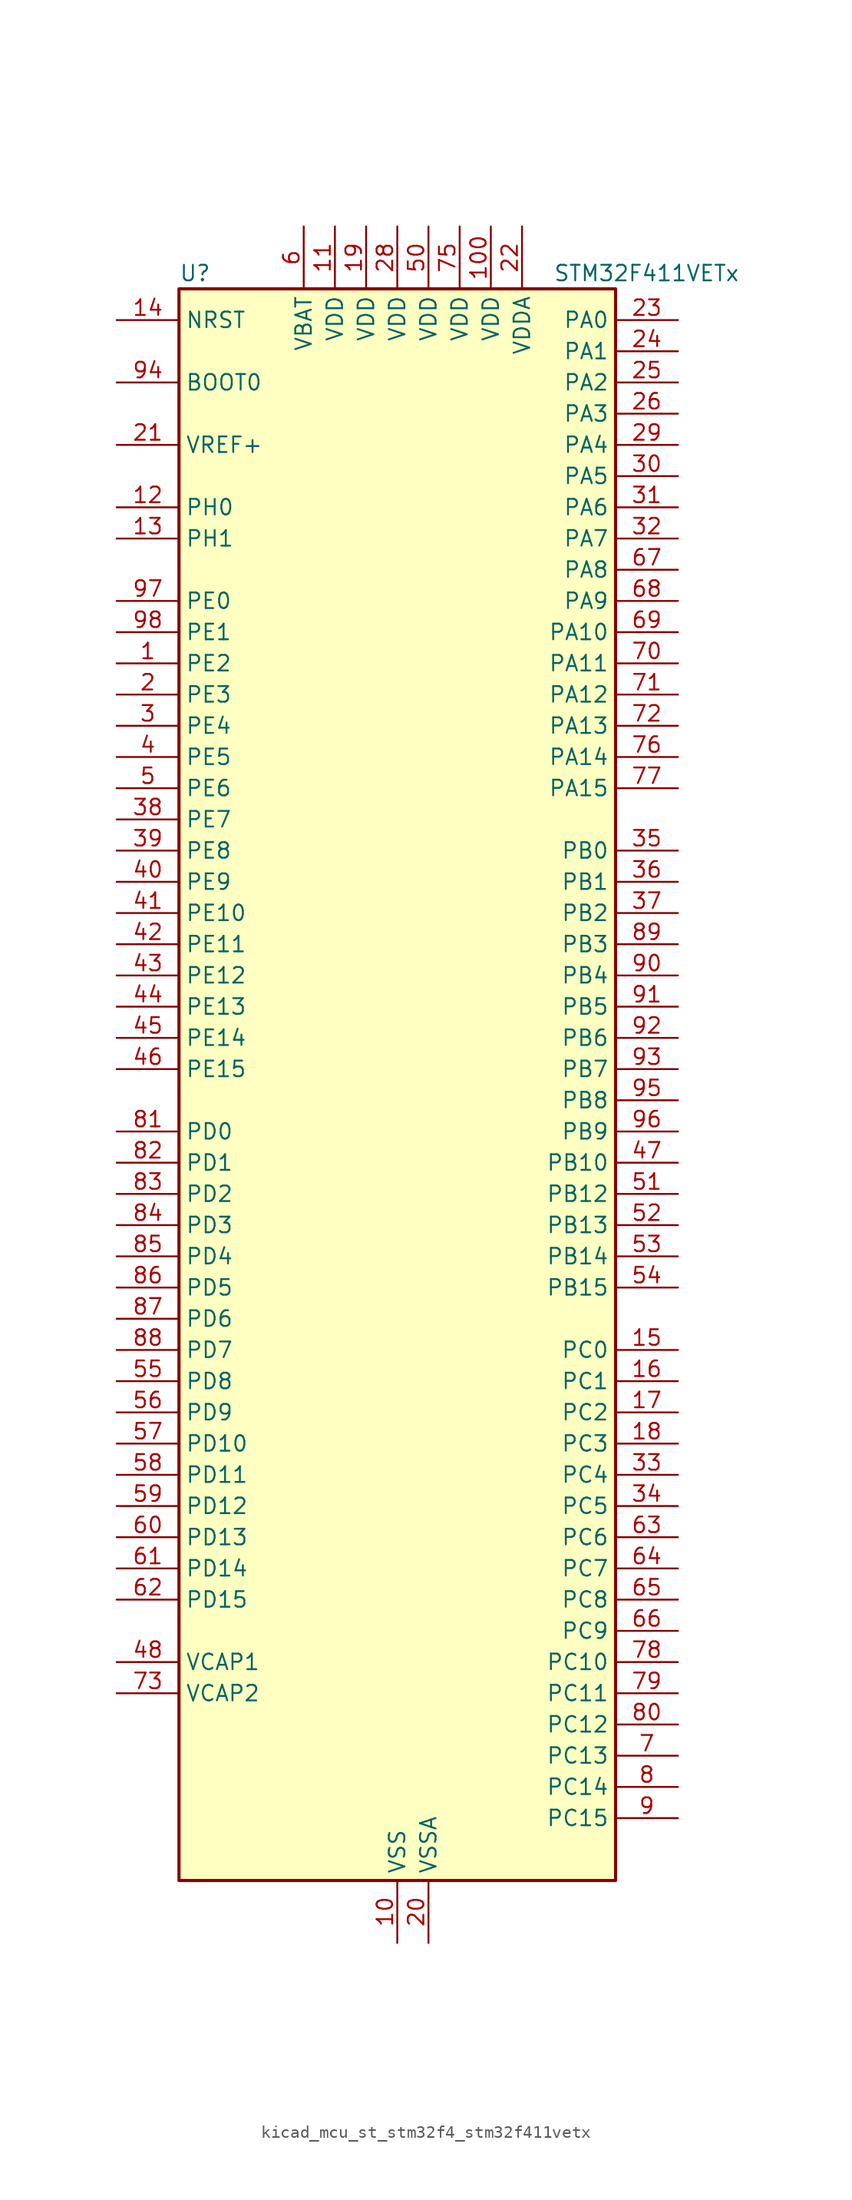
<source format=kicad_sym>
(kicad_symbol_lib
  (version 20220914)
  (generator kicad_symbol_editor)
  (symbol "kicad_mcu_st_stm32f4_stm32f411vetx"
    (property "Reference" "U"
      (at -17.78 67.31 0)
      (effects (font (size 1.27 1.27)) (justify left)))
    (property "Value" "STM32F411VETx"
      (at 12.7 67.31 0)
      (effects (font (size 1.27 1.27)) (justify left)))
    (property "ki_locked" ""
      (at 0 0 0)
      (effects (font (size 1.27 1.27))))
    (symbol "kicad_mcu_st_stm32f4_stm32f411vetx_0_1"
      (rectangle (start -17.78 -63.5) (end 17.78 66.04) (stroke (width 0.254) (type default)) (fill (type background))))
    (symbol "kicad_mcu_st_stm32f4_stm32f411vetx_1_1"
      (pin bidirectional line (at -22.86 35.56 0) (length 5.08) (name "PE2" (effects (font (size 1.27 1.27)))) (number "1" (effects (font (size 1.27 1.27)))) (alternate "I2S4_CK" bidirectional line) (alternate "I2S5_CK" bidirectional line) (alternate "SPI4_SCK" bidirectional line) (alternate "SPI5_SCK" bidirectional line) (alternate "SYS_TRACECLK" bidirectional line))
      (pin power_in line (at 0 -68.58 90) (length 5.08) (name "VSS" (effects (font (size 1.27 1.27)))) (number "10" (effects (font (size 1.27 1.27)))))
      (pin power_in line (at 7.62 71.12 270) (length 5.08) (name "VDD" (effects (font (size 1.27 1.27)))) (number "100" (effects (font (size 1.27 1.27)))))
      (pin power_in line (at -5.08 71.12 270) (length 5.08) (name "VDD" (effects (font (size 1.27 1.27)))) (number "11" (effects (font (size 1.27 1.27)))))
      (pin bidirectional line (at -22.86 48.26 0) (length 5.08) (name "PH0" (effects (font (size 1.27 1.27)))) (number "12" (effects (font (size 1.27 1.27)))) (alternate "RCC_OSC_IN" bidirectional line))
      (pin bidirectional line (at -22.86 45.72 0) (length 5.08) (name "PH1" (effects (font (size 1.27 1.27)))) (number "13" (effects (font (size 1.27 1.27)))) (alternate "RCC_OSC_OUT" bidirectional line))
      (pin input line (at -22.86 63.5 0) (length 5.08) (name "NRST" (effects (font (size 1.27 1.27)))) (number "14" (effects (font (size 1.27 1.27)))))
      (pin bidirectional line (at 22.86 -20.32 180) (length 5.08) (name "PC0" (effects (font (size 1.27 1.27)))) (number "15" (effects (font (size 1.27 1.27)))) (alternate "ADC1_IN10" bidirectional line))
      (pin bidirectional line (at 22.86 -22.86 180) (length 5.08) (name "PC1" (effects (font (size 1.27 1.27)))) (number "16" (effects (font (size 1.27 1.27)))) (alternate "ADC1_IN11" bidirectional line))
      (pin bidirectional line (at 22.86 -25.4 180) (length 5.08) (name "PC2" (effects (font (size 1.27 1.27)))) (number "17" (effects (font (size 1.27 1.27)))) (alternate "ADC1_IN12" bidirectional line) (alternate "I2S2_ext_SD" bidirectional line) (alternate "SPI2_MISO" bidirectional line))
      (pin bidirectional line (at 22.86 -27.94 180) (length 5.08) (name "PC3" (effects (font (size 1.27 1.27)))) (number "18" (effects (font (size 1.27 1.27)))) (alternate "ADC1_IN13" bidirectional line) (alternate "I2S2_SD" bidirectional line) (alternate "SPI2_MOSI" bidirectional line))
      (pin power_in line (at -2.54 71.12 270) (length 5.08) (name "VDD" (effects (font (size 1.27 1.27)))) (number "19" (effects (font (size 1.27 1.27)))))
      (pin bidirectional line (at -22.86 33.02 0) (length 5.08) (name "PE3" (effects (font (size 1.27 1.27)))) (number "2" (effects (font (size 1.27 1.27)))) (alternate "SYS_TRACED0" bidirectional line))
      (pin power_in line (at 2.54 -68.58 90) (length 5.08) (name "VSSA" (effects (font (size 1.27 1.27)))) (number "20" (effects (font (size 1.27 1.27)))))
      (pin input line (at -22.86 53.34 0) (length 5.08) (name "VREF+" (effects (font (size 1.27 1.27)))) (number "21" (effects (font (size 1.27 1.27)))))
      (pin power_in line (at 10.16 71.12 270) (length 5.08) (name "VDDA" (effects (font (size 1.27 1.27)))) (number "22" (effects (font (size 1.27 1.27)))))
      (pin bidirectional line (at 22.86 63.5 180) (length 5.08) (name "PA0" (effects (font (size 1.27 1.27)))) (number "23" (effects (font (size 1.27 1.27)))) (alternate "ADC1_IN0" bidirectional line) (alternate "SYS_WKUP" bidirectional line) (alternate "TIM2_CH1" bidirectional line) (alternate "TIM2_ETR" bidirectional line) (alternate "TIM5_CH1" bidirectional line) (alternate "USART2_CTS" bidirectional line))
      (pin bidirectional line (at 22.86 60.96 180) (length 5.08) (name "PA1" (effects (font (size 1.27 1.27)))) (number "24" (effects (font (size 1.27 1.27)))) (alternate "ADC1_IN1" bidirectional line) (alternate "I2S4_SD" bidirectional line) (alternate "SPI4_MOSI" bidirectional line) (alternate "TIM2_CH2" bidirectional line) (alternate "TIM5_CH2" bidirectional line) (alternate "USART2_RTS" bidirectional line))
      (pin bidirectional line (at 22.86 58.42 180) (length 5.08) (name "PA2" (effects (font (size 1.27 1.27)))) (number "25" (effects (font (size 1.27 1.27)))) (alternate "ADC1_IN2" bidirectional line) (alternate "I2S_CKIN" bidirectional line) (alternate "TIM2_CH3" bidirectional line) (alternate "TIM5_CH3" bidirectional line) (alternate "TIM9_CH1" bidirectional line) (alternate "USART2_TX" bidirectional line))
      (pin bidirectional line (at 22.86 55.88 180) (length 5.08) (name "PA3" (effects (font (size 1.27 1.27)))) (number "26" (effects (font (size 1.27 1.27)))) (alternate "ADC1_IN3" bidirectional line) (alternate "I2S2_MCK" bidirectional line) (alternate "TIM2_CH4" bidirectional line) (alternate "TIM5_CH4" bidirectional line) (alternate "TIM9_CH2" bidirectional line) (alternate "USART2_RX" bidirectional line))
      (pin passive line (at 0 -68.58 90) (length 5.08) hide (name "VSS" (effects (font (size 1.27 1.27)))) (number "27" (effects (font (size 1.27 1.27)))))
      (pin power_in line (at 0 71.12 270) (length 5.08) (name "VDD" (effects (font (size 1.27 1.27)))) (number "28" (effects (font (size 1.27 1.27)))))
      (pin bidirectional line (at 22.86 53.34 180) (length 5.08) (name "PA4" (effects (font (size 1.27 1.27)))) (number "29" (effects (font (size 1.27 1.27)))) (alternate "ADC1_IN4" bidirectional line) (alternate "I2S1_WS" bidirectional line) (alternate "I2S3_WS" bidirectional line) (alternate "SPI1_NSS" bidirectional line) (alternate "SPI3_NSS" bidirectional line) (alternate "USART2_CK" bidirectional line))
      (pin bidirectional line (at -22.86 30.48 0) (length 5.08) (name "PE4" (effects (font (size 1.27 1.27)))) (number "3" (effects (font (size 1.27 1.27)))) (alternate "I2S4_WS" bidirectional line) (alternate "I2S5_WS" bidirectional line) (alternate "SPI4_NSS" bidirectional line) (alternate "SPI5_NSS" bidirectional line) (alternate "SYS_TRACED1" bidirectional line))
      (pin bidirectional line (at 22.86 50.8 180) (length 5.08) (name "PA5" (effects (font (size 1.27 1.27)))) (number "30" (effects (font (size 1.27 1.27)))) (alternate "ADC1_IN5" bidirectional line) (alternate "I2S1_CK" bidirectional line) (alternate "SPI1_SCK" bidirectional line) (alternate "TIM2_CH1" bidirectional line) (alternate "TIM2_ETR" bidirectional line))
      (pin bidirectional line (at 22.86 48.26 180) (length 5.08) (name "PA6" (effects (font (size 1.27 1.27)))) (number "31" (effects (font (size 1.27 1.27)))) (alternate "ADC1_IN6" bidirectional line) (alternate "I2S2_MCK" bidirectional line) (alternate "SDIO_CMD" bidirectional line) (alternate "SPI1_MISO" bidirectional line) (alternate "TIM1_BKIN" bidirectional line) (alternate "TIM3_CH1" bidirectional line))
      (pin bidirectional line (at 22.86 45.72 180) (length 5.08) (name "PA7" (effects (font (size 1.27 1.27)))) (number "32" (effects (font (size 1.27 1.27)))) (alternate "ADC1_IN7" bidirectional line) (alternate "I2S1_SD" bidirectional line) (alternate "SPI1_MOSI" bidirectional line) (alternate "TIM1_CH1N" bidirectional line) (alternate "TIM3_CH2" bidirectional line))
      (pin bidirectional line (at 22.86 -30.48 180) (length 5.08) (name "PC4" (effects (font (size 1.27 1.27)))) (number "33" (effects (font (size 1.27 1.27)))) (alternate "ADC1_IN14" bidirectional line))
      (pin bidirectional line (at 22.86 -33.02 180) (length 5.08) (name "PC5" (effects (font (size 1.27 1.27)))) (number "34" (effects (font (size 1.27 1.27)))) (alternate "ADC1_IN15" bidirectional line))
      (pin bidirectional line (at 22.86 20.32 180) (length 5.08) (name "PB0" (effects (font (size 1.27 1.27)))) (number "35" (effects (font (size 1.27 1.27)))) (alternate "ADC1_IN8" bidirectional line) (alternate "I2S5_CK" bidirectional line) (alternate "SPI5_SCK" bidirectional line) (alternate "TIM1_CH2N" bidirectional line) (alternate "TIM3_CH3" bidirectional line))
      (pin bidirectional line (at 22.86 17.78 180) (length 5.08) (name "PB1" (effects (font (size 1.27 1.27)))) (number "36" (effects (font (size 1.27 1.27)))) (alternate "ADC1_IN9" bidirectional line) (alternate "I2S5_WS" bidirectional line) (alternate "SPI5_NSS" bidirectional line) (alternate "TIM1_CH3N" bidirectional line) (alternate "TIM3_CH4" bidirectional line))
      (pin bidirectional line (at 22.86 15.24 180) (length 5.08) (name "PB2" (effects (font (size 1.27 1.27)))) (number "37" (effects (font (size 1.27 1.27)))))
      (pin bidirectional line (at -22.86 22.86 0) (length 5.08) (name "PE7" (effects (font (size 1.27 1.27)))) (number "38" (effects (font (size 1.27 1.27)))) (alternate "TIM1_ETR" bidirectional line))
      (pin bidirectional line (at -22.86 20.32 0) (length 5.08) (name "PE8" (effects (font (size 1.27 1.27)))) (number "39" (effects (font (size 1.27 1.27)))) (alternate "TIM1_CH1N" bidirectional line))
      (pin bidirectional line (at -22.86 27.94 0) (length 5.08) (name "PE5" (effects (font (size 1.27 1.27)))) (number "4" (effects (font (size 1.27 1.27)))) (alternate "SPI4_MISO" bidirectional line) (alternate "SPI5_MISO" bidirectional line) (alternate "SYS_TRACED2" bidirectional line) (alternate "TIM9_CH1" bidirectional line))
      (pin bidirectional line (at -22.86 17.78 0) (length 5.08) (name "PE9" (effects (font (size 1.27 1.27)))) (number "40" (effects (font (size 1.27 1.27)))) (alternate "TIM1_CH1" bidirectional line))
      (pin bidirectional line (at -22.86 15.24 0) (length 5.08) (name "PE10" (effects (font (size 1.27 1.27)))) (number "41" (effects (font (size 1.27 1.27)))) (alternate "TIM1_CH2N" bidirectional line))
      (pin bidirectional line (at -22.86 12.7 0) (length 5.08) (name "PE11" (effects (font (size 1.27 1.27)))) (number "42" (effects (font (size 1.27 1.27)))) (alternate "ADC1_EXTI11" bidirectional line) (alternate "I2S4_WS" bidirectional line) (alternate "I2S5_WS" bidirectional line) (alternate "SPI4_NSS" bidirectional line) (alternate "SPI5_NSS" bidirectional line) (alternate "TIM1_CH2" bidirectional line))
      (pin bidirectional line (at -22.86 10.16 0) (length 5.08) (name "PE12" (effects (font (size 1.27 1.27)))) (number "43" (effects (font (size 1.27 1.27)))) (alternate "I2S4_CK" bidirectional line) (alternate "I2S5_CK" bidirectional line) (alternate "SPI4_SCK" bidirectional line) (alternate "SPI5_SCK" bidirectional line) (alternate "TIM1_CH3N" bidirectional line))
      (pin bidirectional line (at -22.86 7.62 0) (length 5.08) (name "PE13" (effects (font (size 1.27 1.27)))) (number "44" (effects (font (size 1.27 1.27)))) (alternate "SPI4_MISO" bidirectional line) (alternate "SPI5_MISO" bidirectional line) (alternate "TIM1_CH3" bidirectional line))
      (pin bidirectional line (at -22.86 5.08 0) (length 5.08) (name "PE14" (effects (font (size 1.27 1.27)))) (number "45" (effects (font (size 1.27 1.27)))) (alternate "I2S4_SD" bidirectional line) (alternate "I2S5_SD" bidirectional line) (alternate "SPI4_MOSI" bidirectional line) (alternate "SPI5_MOSI" bidirectional line) (alternate "TIM1_CH4" bidirectional line))
      (pin bidirectional line (at -22.86 2.54 0) (length 5.08) (name "PE15" (effects (font (size 1.27 1.27)))) (number "46" (effects (font (size 1.27 1.27)))) (alternate "ADC1_EXTI15" bidirectional line) (alternate "TIM1_BKIN" bidirectional line))
      (pin bidirectional line (at 22.86 -5.08 180) (length 5.08) (name "PB10" (effects (font (size 1.27 1.27)))) (number "47" (effects (font (size 1.27 1.27)))) (alternate "I2C2_SCL" bidirectional line) (alternate "I2S2_CK" bidirectional line) (alternate "I2S3_MCK" bidirectional line) (alternate "SDIO_D7" bidirectional line) (alternate "SPI2_SCK" bidirectional line) (alternate "TIM2_CH3" bidirectional line))
      (pin power_out line (at -22.86 -45.72 0) (length 5.08) (name "VCAP1" (effects (font (size 1.27 1.27)))) (number "48" (effects (font (size 1.27 1.27)))))
      (pin passive line (at 0 -68.58 90) (length 5.08) hide (name "VSS" (effects (font (size 1.27 1.27)))) (number "49" (effects (font (size 1.27 1.27)))))
      (pin bidirectional line (at -22.86 25.4 0) (length 5.08) (name "PE6" (effects (font (size 1.27 1.27)))) (number "5" (effects (font (size 1.27 1.27)))) (alternate "I2S4_SD" bidirectional line) (alternate "I2S5_SD" bidirectional line) (alternate "SPI4_MOSI" bidirectional line) (alternate "SPI5_MOSI" bidirectional line) (alternate "SYS_TRACED3" bidirectional line) (alternate "TIM9_CH2" bidirectional line))
      (pin power_in line (at 2.54 71.12 270) (length 5.08) (name "VDD" (effects (font (size 1.27 1.27)))) (number "50" (effects (font (size 1.27 1.27)))))
      (pin bidirectional line (at 22.86 -7.62 180) (length 5.08) (name "PB12" (effects (font (size 1.27 1.27)))) (number "51" (effects (font (size 1.27 1.27)))) (alternate "I2C2_SMBA" bidirectional line) (alternate "I2S2_WS" bidirectional line) (alternate "I2S3_CK" bidirectional line) (alternate "I2S4_WS" bidirectional line) (alternate "SPI2_NSS" bidirectional line) (alternate "SPI3_SCK" bidirectional line) (alternate "SPI4_NSS" bidirectional line) (alternate "TIM1_BKIN" bidirectional line))
      (pin bidirectional line (at 22.86 -10.16 180) (length 5.08) (name "PB13" (effects (font (size 1.27 1.27)))) (number "52" (effects (font (size 1.27 1.27)))) (alternate "I2S2_CK" bidirectional line) (alternate "I2S4_CK" bidirectional line) (alternate "SPI2_SCK" bidirectional line) (alternate "SPI4_SCK" bidirectional line) (alternate "TIM1_CH1N" bidirectional line))
      (pin bidirectional line (at 22.86 -12.7 180) (length 5.08) (name "PB14" (effects (font (size 1.27 1.27)))) (number "53" (effects (font (size 1.27 1.27)))) (alternate "I2S2_ext_SD" bidirectional line) (alternate "SDIO_D6" bidirectional line) (alternate "SPI2_MISO" bidirectional line) (alternate "TIM1_CH2N" bidirectional line))
      (pin bidirectional line (at 22.86 -15.24 180) (length 5.08) (name "PB15" (effects (font (size 1.27 1.27)))) (number "54" (effects (font (size 1.27 1.27)))) (alternate "ADC1_EXTI15" bidirectional line) (alternate "I2S2_SD" bidirectional line) (alternate "RTC_REFIN" bidirectional line) (alternate "SDIO_CK" bidirectional line) (alternate "SPI2_MOSI" bidirectional line) (alternate "TIM1_CH3N" bidirectional line))
      (pin bidirectional line (at -22.86 -22.86 0) (length 5.08) (name "PD8" (effects (font (size 1.27 1.27)))) (number "55" (effects (font (size 1.27 1.27)))))
      (pin bidirectional line (at -22.86 -25.4 0) (length 5.08) (name "PD9" (effects (font (size 1.27 1.27)))) (number "56" (effects (font (size 1.27 1.27)))))
      (pin bidirectional line (at -22.86 -27.94 0) (length 5.08) (name "PD10" (effects (font (size 1.27 1.27)))) (number "57" (effects (font (size 1.27 1.27)))))
      (pin bidirectional line (at -22.86 -30.48 0) (length 5.08) (name "PD11" (effects (font (size 1.27 1.27)))) (number "58" (effects (font (size 1.27 1.27)))) (alternate "ADC1_EXTI11" bidirectional line))
      (pin bidirectional line (at -22.86 -33.02 0) (length 5.08) (name "PD12" (effects (font (size 1.27 1.27)))) (number "59" (effects (font (size 1.27 1.27)))) (alternate "TIM4_CH1" bidirectional line))
      (pin power_in line (at -7.62 71.12 270) (length 5.08) (name "VBAT" (effects (font (size 1.27 1.27)))) (number "6" (effects (font (size 1.27 1.27)))))
      (pin bidirectional line (at -22.86 -35.56 0) (length 5.08) (name "PD13" (effects (font (size 1.27 1.27)))) (number "60" (effects (font (size 1.27 1.27)))) (alternate "TIM4_CH2" bidirectional line))
      (pin bidirectional line (at -22.86 -38.1 0) (length 5.08) (name "PD14" (effects (font (size 1.27 1.27)))) (number "61" (effects (font (size 1.27 1.27)))) (alternate "TIM4_CH3" bidirectional line))
      (pin bidirectional line (at -22.86 -40.64 0) (length 5.08) (name "PD15" (effects (font (size 1.27 1.27)))) (number "62" (effects (font (size 1.27 1.27)))) (alternate "ADC1_EXTI15" bidirectional line) (alternate "TIM4_CH4" bidirectional line))
      (pin bidirectional line (at 22.86 -35.56 180) (length 5.08) (name "PC6" (effects (font (size 1.27 1.27)))) (number "63" (effects (font (size 1.27 1.27)))) (alternate "I2S2_MCK" bidirectional line) (alternate "SDIO_D6" bidirectional line) (alternate "TIM3_CH1" bidirectional line) (alternate "USART6_TX" bidirectional line))
      (pin bidirectional line (at 22.86 -38.1 180) (length 5.08) (name "PC7" (effects (font (size 1.27 1.27)))) (number "64" (effects (font (size 1.27 1.27)))) (alternate "I2S2_CK" bidirectional line) (alternate "I2S3_MCK" bidirectional line) (alternate "SDIO_D7" bidirectional line) (alternate "SPI2_SCK" bidirectional line) (alternate "TIM3_CH2" bidirectional line) (alternate "USART6_RX" bidirectional line))
      (pin bidirectional line (at 22.86 -40.64 180) (length 5.08) (name "PC8" (effects (font (size 1.27 1.27)))) (number "65" (effects (font (size 1.27 1.27)))) (alternate "SDIO_D0" bidirectional line) (alternate "TIM3_CH3" bidirectional line) (alternate "USART6_CK" bidirectional line))
      (pin bidirectional line (at 22.86 -43.18 180) (length 5.08) (name "PC9" (effects (font (size 1.27 1.27)))) (number "66" (effects (font (size 1.27 1.27)))) (alternate "I2C3_SDA" bidirectional line) (alternate "I2S_CKIN" bidirectional line) (alternate "RCC_MCO_2" bidirectional line) (alternate "SDIO_D1" bidirectional line) (alternate "TIM3_CH4" bidirectional line))
      (pin bidirectional line (at 22.86 43.18 180) (length 5.08) (name "PA8" (effects (font (size 1.27 1.27)))) (number "67" (effects (font (size 1.27 1.27)))) (alternate "I2C3_SCL" bidirectional line) (alternate "RCC_MCO_1" bidirectional line) (alternate "SDIO_D1" bidirectional line) (alternate "TIM1_CH1" bidirectional line) (alternate "USART1_CK" bidirectional line) (alternate "USB_OTG_FS_SOF" bidirectional line))
      (pin bidirectional line (at 22.86 40.64 180) (length 5.08) (name "PA9" (effects (font (size 1.27 1.27)))) (number "68" (effects (font (size 1.27 1.27)))) (alternate "I2C3_SMBA" bidirectional line) (alternate "SDIO_D2" bidirectional line) (alternate "TIM1_CH2" bidirectional line) (alternate "USART1_TX" bidirectional line) (alternate "USB_OTG_FS_VBUS" bidirectional line))
      (pin bidirectional line (at 22.86 38.1 180) (length 5.08) (name "PA10" (effects (font (size 1.27 1.27)))) (number "69" (effects (font (size 1.27 1.27)))) (alternate "I2S5_SD" bidirectional line) (alternate "SPI5_MOSI" bidirectional line) (alternate "TIM1_CH3" bidirectional line) (alternate "USART1_RX" bidirectional line) (alternate "USB_OTG_FS_ID" bidirectional line))
      (pin bidirectional line (at 22.86 -53.34 180) (length 5.08) (name "PC13" (effects (font (size 1.27 1.27)))) (number "7" (effects (font (size 1.27 1.27)))) (alternate "RTC_AF1" bidirectional line))
      (pin bidirectional line (at 22.86 35.56 180) (length 5.08) (name "PA11" (effects (font (size 1.27 1.27)))) (number "70" (effects (font (size 1.27 1.27)))) (alternate "ADC1_EXTI11" bidirectional line) (alternate "SPI4_MISO" bidirectional line) (alternate "TIM1_CH4" bidirectional line) (alternate "USART1_CTS" bidirectional line) (alternate "USART6_TX" bidirectional line) (alternate "USB_OTG_FS_DM" bidirectional line))
      (pin bidirectional line (at 22.86 33.02 180) (length 5.08) (name "PA12" (effects (font (size 1.27 1.27)))) (number "71" (effects (font (size 1.27 1.27)))) (alternate "SPI5_MISO" bidirectional line) (alternate "TIM1_ETR" bidirectional line) (alternate "USART1_RTS" bidirectional line) (alternate "USART6_RX" bidirectional line) (alternate "USB_OTG_FS_DP" bidirectional line))
      (pin bidirectional line (at 22.86 30.48 180) (length 5.08) (name "PA13" (effects (font (size 1.27 1.27)))) (number "72" (effects (font (size 1.27 1.27)))) (alternate "SYS_JTMS-SWDIO" bidirectional line))
      (pin power_out line (at -22.86 -48.26 0) (length 5.08) (name "VCAP2" (effects (font (size 1.27 1.27)))) (number "73" (effects (font (size 1.27 1.27)))))
      (pin passive line (at 0 -68.58 90) (length 5.08) hide (name "VSS" (effects (font (size 1.27 1.27)))) (number "74" (effects (font (size 1.27 1.27)))))
      (pin power_in line (at 5.08 71.12 270) (length 5.08) (name "VDD" (effects (font (size 1.27 1.27)))) (number "75" (effects (font (size 1.27 1.27)))))
      (pin bidirectional line (at 22.86 27.94 180) (length 5.08) (name "PA14" (effects (font (size 1.27 1.27)))) (number "76" (effects (font (size 1.27 1.27)))) (alternate "SYS_JTCK-SWCLK" bidirectional line))
      (pin bidirectional line (at 22.86 25.4 180) (length 5.08) (name "PA15" (effects (font (size 1.27 1.27)))) (number "77" (effects (font (size 1.27 1.27)))) (alternate "ADC1_EXTI15" bidirectional line) (alternate "I2S1_WS" bidirectional line) (alternate "I2S3_WS" bidirectional line) (alternate "SPI1_NSS" bidirectional line) (alternate "SPI3_NSS" bidirectional line) (alternate "SYS_JTDI" bidirectional line) (alternate "TIM2_CH1" bidirectional line) (alternate "TIM2_ETR" bidirectional line) (alternate "USART1_TX" bidirectional line))
      (pin bidirectional line (at 22.86 -45.72 180) (length 5.08) (name "PC10" (effects (font (size 1.27 1.27)))) (number "78" (effects (font (size 1.27 1.27)))) (alternate "I2S3_CK" bidirectional line) (alternate "SDIO_D2" bidirectional line) (alternate "SPI3_SCK" bidirectional line))
      (pin bidirectional line (at 22.86 -48.26 180) (length 5.08) (name "PC11" (effects (font (size 1.27 1.27)))) (number "79" (effects (font (size 1.27 1.27)))) (alternate "ADC1_EXTI11" bidirectional line) (alternate "I2S3_ext_SD" bidirectional line) (alternate "SDIO_D3" bidirectional line) (alternate "SPI3_MISO" bidirectional line))
      (pin bidirectional line (at 22.86 -55.88 180) (length 5.08) (name "PC14" (effects (font (size 1.27 1.27)))) (number "8" (effects (font (size 1.27 1.27)))) (alternate "RCC_OSC32_IN" bidirectional line))
      (pin bidirectional line (at 22.86 -50.8 180) (length 5.08) (name "PC12" (effects (font (size 1.27 1.27)))) (number "80" (effects (font (size 1.27 1.27)))) (alternate "I2S3_SD" bidirectional line) (alternate "SDIO_CK" bidirectional line) (alternate "SPI3_MOSI" bidirectional line))
      (pin bidirectional line (at -22.86 -2.54 0) (length 5.08) (name "PD0" (effects (font (size 1.27 1.27)))) (number "81" (effects (font (size 1.27 1.27)))))
      (pin bidirectional line (at -22.86 -5.08 0) (length 5.08) (name "PD1" (effects (font (size 1.27 1.27)))) (number "82" (effects (font (size 1.27 1.27)))))
      (pin bidirectional line (at -22.86 -7.62 0) (length 5.08) (name "PD2" (effects (font (size 1.27 1.27)))) (number "83" (effects (font (size 1.27 1.27)))) (alternate "SDIO_CMD" bidirectional line) (alternate "TIM3_ETR" bidirectional line))
      (pin bidirectional line (at -22.86 -10.16 0) (length 5.08) (name "PD3" (effects (font (size 1.27 1.27)))) (number "84" (effects (font (size 1.27 1.27)))) (alternate "I2S2_CK" bidirectional line) (alternate "SPI2_SCK" bidirectional line) (alternate "USART2_CTS" bidirectional line))
      (pin bidirectional line (at -22.86 -12.7 0) (length 5.08) (name "PD4" (effects (font (size 1.27 1.27)))) (number "85" (effects (font (size 1.27 1.27)))) (alternate "USART2_RTS" bidirectional line))
      (pin bidirectional line (at -22.86 -15.24 0) (length 5.08) (name "PD5" (effects (font (size 1.27 1.27)))) (number "86" (effects (font (size 1.27 1.27)))) (alternate "USART2_TX" bidirectional line))
      (pin bidirectional line (at -22.86 -17.78 0) (length 5.08) (name "PD6" (effects (font (size 1.27 1.27)))) (number "87" (effects (font (size 1.27 1.27)))) (alternate "I2S3_SD" bidirectional line) (alternate "SPI3_MOSI" bidirectional line) (alternate "USART2_RX" bidirectional line))
      (pin bidirectional line (at -22.86 -20.32 0) (length 5.08) (name "PD7" (effects (font (size 1.27 1.27)))) (number "88" (effects (font (size 1.27 1.27)))) (alternate "USART2_CK" bidirectional line))
      (pin bidirectional line (at 22.86 12.7 180) (length 5.08) (name "PB3" (effects (font (size 1.27 1.27)))) (number "89" (effects (font (size 1.27 1.27)))) (alternate "I2C2_SDA" bidirectional line) (alternate "I2S1_CK" bidirectional line) (alternate "I2S3_CK" bidirectional line) (alternate "SPI1_SCK" bidirectional line) (alternate "SPI3_SCK" bidirectional line) (alternate "SYS_JTDO-SWO" bidirectional line) (alternate "TIM2_CH2" bidirectional line) (alternate "USART1_RX" bidirectional line))
      (pin bidirectional line (at 22.86 -58.42 180) (length 5.08) (name "PC15" (effects (font (size 1.27 1.27)))) (number "9" (effects (font (size 1.27 1.27)))) (alternate "ADC1_EXTI15" bidirectional line) (alternate "RCC_OSC32_OUT" bidirectional line))
      (pin bidirectional line (at 22.86 10.16 180) (length 5.08) (name "PB4" (effects (font (size 1.27 1.27)))) (number "90" (effects (font (size 1.27 1.27)))) (alternate "I2C3_SDA" bidirectional line) (alternate "I2S3_ext_SD" bidirectional line) (alternate "SDIO_D0" bidirectional line) (alternate "SPI1_MISO" bidirectional line) (alternate "SPI3_MISO" bidirectional line) (alternate "SYS_JTRST" bidirectional line) (alternate "TIM3_CH1" bidirectional line))
      (pin bidirectional line (at 22.86 7.62 180) (length 5.08) (name "PB5" (effects (font (size 1.27 1.27)))) (number "91" (effects (font (size 1.27 1.27)))) (alternate "I2C1_SMBA" bidirectional line) (alternate "I2S1_SD" bidirectional line) (alternate "I2S3_SD" bidirectional line) (alternate "SDIO_D3" bidirectional line) (alternate "SPI1_MOSI" bidirectional line) (alternate "SPI3_MOSI" bidirectional line) (alternate "TIM3_CH2" bidirectional line))
      (pin bidirectional line (at 22.86 5.08 180) (length 5.08) (name "PB6" (effects (font (size 1.27 1.27)))) (number "92" (effects (font (size 1.27 1.27)))) (alternate "I2C1_SCL" bidirectional line) (alternate "TIM4_CH1" bidirectional line) (alternate "USART1_TX" bidirectional line))
      (pin bidirectional line (at 22.86 2.54 180) (length 5.08) (name "PB7" (effects (font (size 1.27 1.27)))) (number "93" (effects (font (size 1.27 1.27)))) (alternate "I2C1_SDA" bidirectional line) (alternate "SDIO_D0" bidirectional line) (alternate "TIM4_CH2" bidirectional line) (alternate "USART1_RX" bidirectional line))
      (pin input line (at -22.86 58.42 0) (length 5.08) (name "BOOT0" (effects (font (size 1.27 1.27)))) (number "94" (effects (font (size 1.27 1.27)))))
      (pin bidirectional line (at 22.86 0 180) (length 5.08) (name "PB8" (effects (font (size 1.27 1.27)))) (number "95" (effects (font (size 1.27 1.27)))) (alternate "I2C1_SCL" bidirectional line) (alternate "I2C3_SDA" bidirectional line) (alternate "I2S5_SD" bidirectional line) (alternate "SDIO_D4" bidirectional line) (alternate "SPI5_MOSI" bidirectional line) (alternate "TIM10_CH1" bidirectional line) (alternate "TIM4_CH3" bidirectional line))
      (pin bidirectional line (at 22.86 -2.54 180) (length 5.08) (name "PB9" (effects (font (size 1.27 1.27)))) (number "96" (effects (font (size 1.27 1.27)))) (alternate "I2C1_SDA" bidirectional line) (alternate "I2C2_SDA" bidirectional line) (alternate "I2S2_WS" bidirectional line) (alternate "SDIO_D5" bidirectional line) (alternate "SPI2_NSS" bidirectional line) (alternate "TIM11_CH1" bidirectional line) (alternate "TIM4_CH4" bidirectional line))
      (pin bidirectional line (at -22.86 40.64 0) (length 5.08) (name "PE0" (effects (font (size 1.27 1.27)))) (number "97" (effects (font (size 1.27 1.27)))) (alternate "TIM4_ETR" bidirectional line))
      (pin bidirectional line (at -22.86 38.1 0) (length 5.08) (name "PE1" (effects (font (size 1.27 1.27)))) (number "98" (effects (font (size 1.27 1.27)))))
      (pin passive line (at 0 -68.58 90) (length 5.08) hide (name "VSS" (effects (font (size 1.27 1.27)))) (number "99" (effects (font (size 1.27 1.27))))))))
</source>
